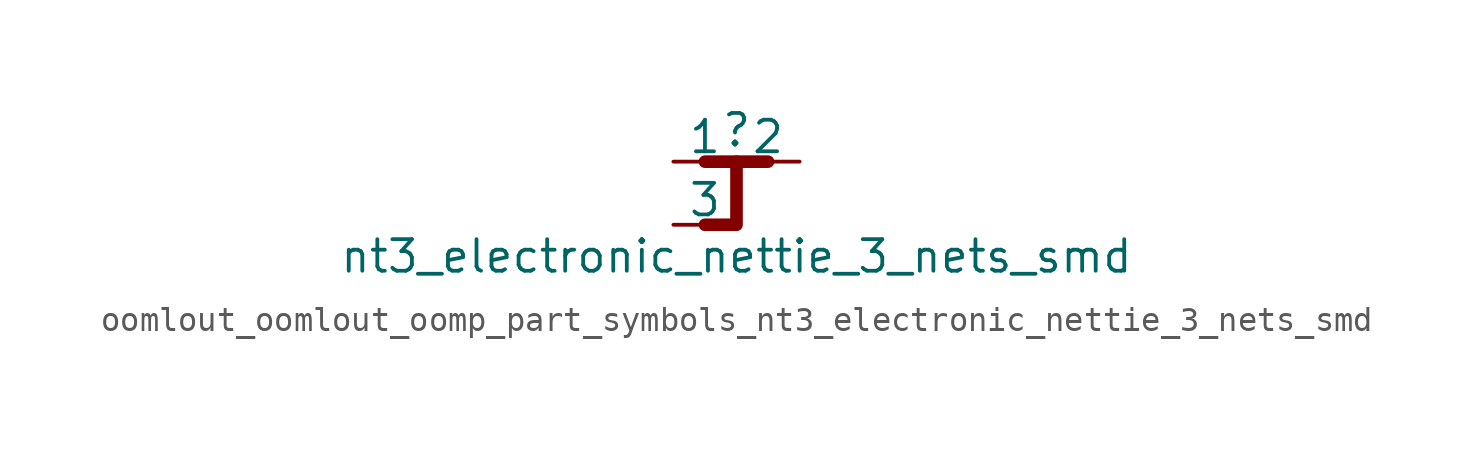
<source format=kicad_sym>
(kicad_symbol_lib
  (version 20220914)
  (generator kicad_symbol_editor)
  (symbol "oomlout_oomlout_oomp_part_symbols_nt3_electronic_nettie_3_nets_smd"
    (pin_numbers hide)
    (pin_names
      (offset 0))
    (property "Reference" ""
      (at 0 1.27 0)
      (effects (font (size 1.27 1.27))))
    (property "Value" "nt3_electronic_nettie_3_nets_smd"
      (at 0 -3.81 0)
      (effects (font (size 1.27 1.27))))
    (symbol "oomlout_oomlout_oomp_part_symbols_nt3_electronic_nettie_3_nets_smd_0_1"
      (polyline (pts (xy -1.27 0) (xy 1.27 0)) (stroke (width 0.508) (type default)) (fill (type none)))
      (polyline (pts (xy 0 0) (xy 0 -2.54) (xy -1.27 -2.54)) (stroke (width 0.508) (type default)) (fill (type none))))
    (symbol "oomlout_oomlout_oomp_part_symbols_nt3_electronic_nettie_3_nets_smd_1_1"
      (pin passive line (at -2.54 0 0) (length 2.54) (name "1" (effects (font (size 1.27 1.27)))) (number "1" (effects (font (size 1.27 1.27)))))
      (pin passive line (at 2.54 0 180) (length 2.54) (name "2" (effects (font (size 1.27 1.27)))) (number "2" (effects (font (size 1.27 1.27)))))
      (pin passive line (at -2.54 -2.54 0) (length 2.54) (name "3" (effects (font (size 1.27 1.27)))) (number "3" (effects (font (size 1.27 1.27))))))))
</source>
